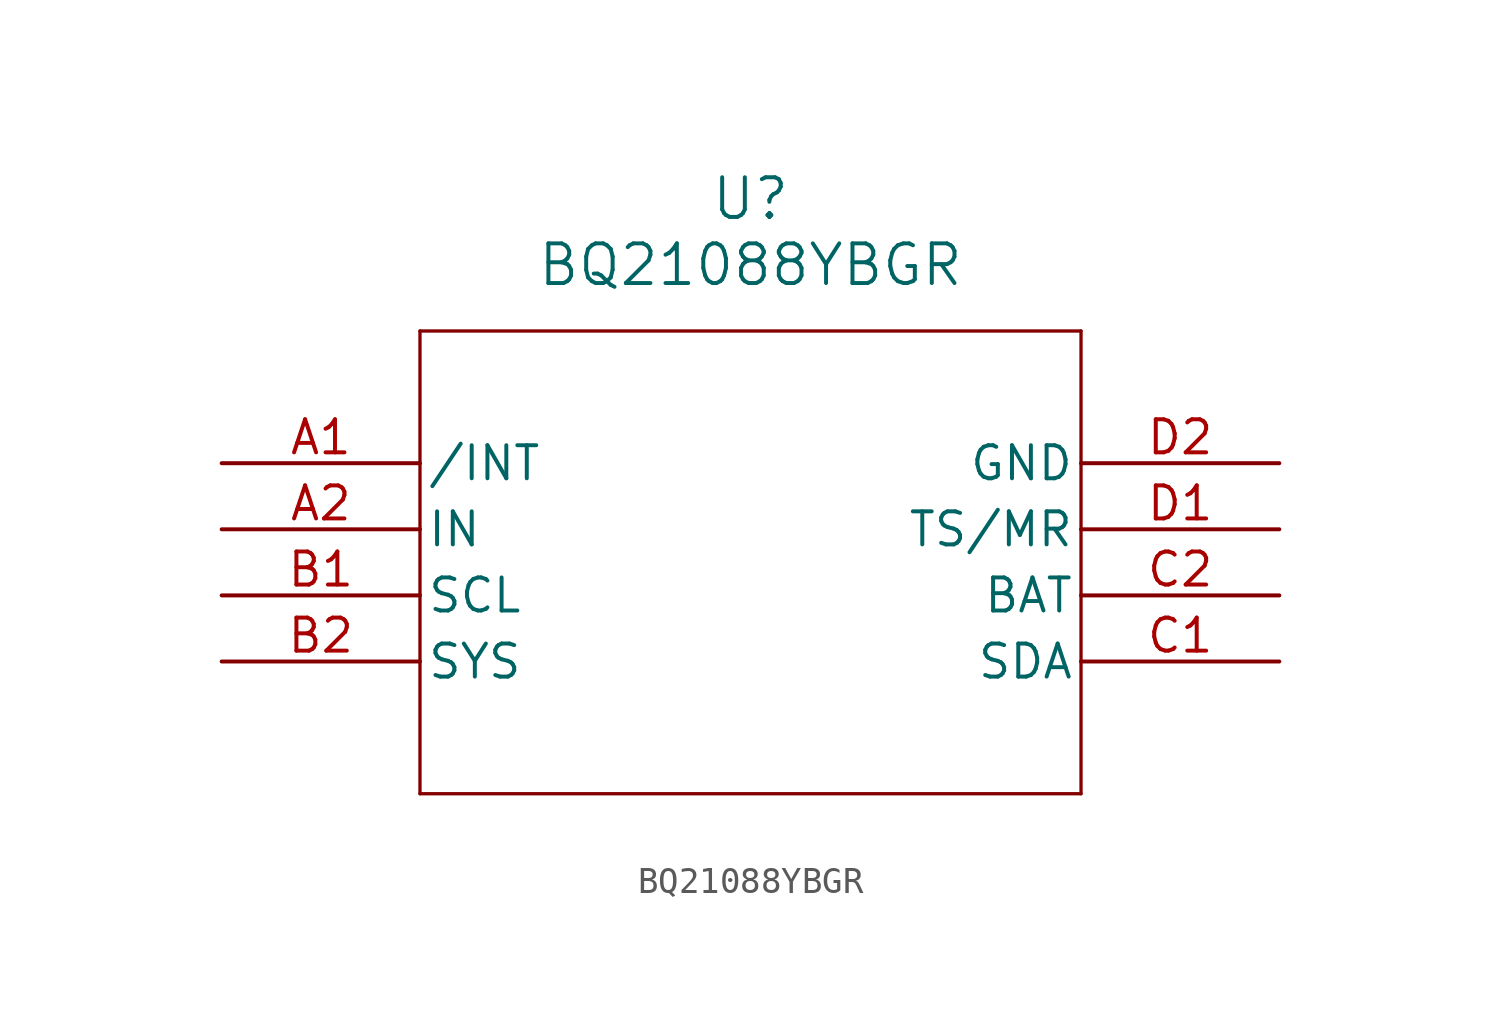
<source format=kicad_sym>
(kicad_symbol_lib
  (version 20211014)
  (generator kicad_symbol_editor)
  (symbol "BQ21088YBGR"
    (pin_names
      (offset 0.254))
    (property "Reference" "U"
      (at 20.32 10.16 0)
      (effects (font (size 1.524 1.524))))
    (property "Value" "BQ21088YBGR"
      (at 20.32 7.62 0)
      (effects (font (size 1.524 1.524))))
    (symbol "BQ21088YBGR_0_1"
      (polyline (pts (xy 7.62 5.08) (xy 7.62 -12.7)) (stroke (width 0.127) (type default) (color 0 0 0 0)) (fill (type none)))
      (polyline (pts (xy 7.62 -12.7) (xy 33.02 -12.7)) (stroke (width 0.127) (type default) (color 0 0 0 0)) (fill (type none)))
      (polyline (pts (xy 33.02 -12.7) (xy 33.02 5.08)) (stroke (width 0.127) (type default) (color 0 0 0 0)) (fill (type none)))
      (polyline (pts (xy 33.02 5.08) (xy 7.62 5.08)) (stroke (width 0.127) (type default) (color 0 0 0 0)) (fill (type none)))
      (pin output line (at 0 0 0) (length 7.62) (name "/INT" (effects (font (size 1.27 1.27)))) (number "A1" (effects (font (size 1.27 1.27)))))
      (pin power_in line (at 0 -2.54 0) (length 7.62) (name "IN" (effects (font (size 1.27 1.27)))) (number "A2" (effects (font (size 1.27 1.27)))))
      (pin bidirectional line (at 0 -5.08 0) (length 7.62) (name "SCL" (effects (font (size 1.27 1.27)))) (number "B1" (effects (font (size 1.27 1.27)))))
      (pin output line (at 0 -7.62 0) (length 7.62) (name "SYS" (effects (font (size 1.27 1.27)))) (number "B2" (effects (font (size 1.27 1.27)))))
      (pin bidirectional line (at 40.64 -7.62 180) (length 7.62) (name "SDA" (effects (font (size 1.27 1.27)))) (number "C1" (effects (font (size 1.27 1.27)))))
      (pin unspecified line (at 40.64 -5.08 180) (length 7.62) (name "BAT" (effects (font (size 1.27 1.27)))) (number "C2" (effects (font (size 1.27 1.27)))))
      (pin bidirectional line (at 40.64 -2.54 180) (length 7.62) (name "TS/MR" (effects (font (size 1.27 1.27)))) (number "D1" (effects (font (size 1.27 1.27)))))
      (pin power_out line (at 40.64 0 180) (length 7.62) (name "GND" (effects (font (size 1.27 1.27)))) (number "D2" (effects (font (size 1.27 1.27))))))))
</source>
